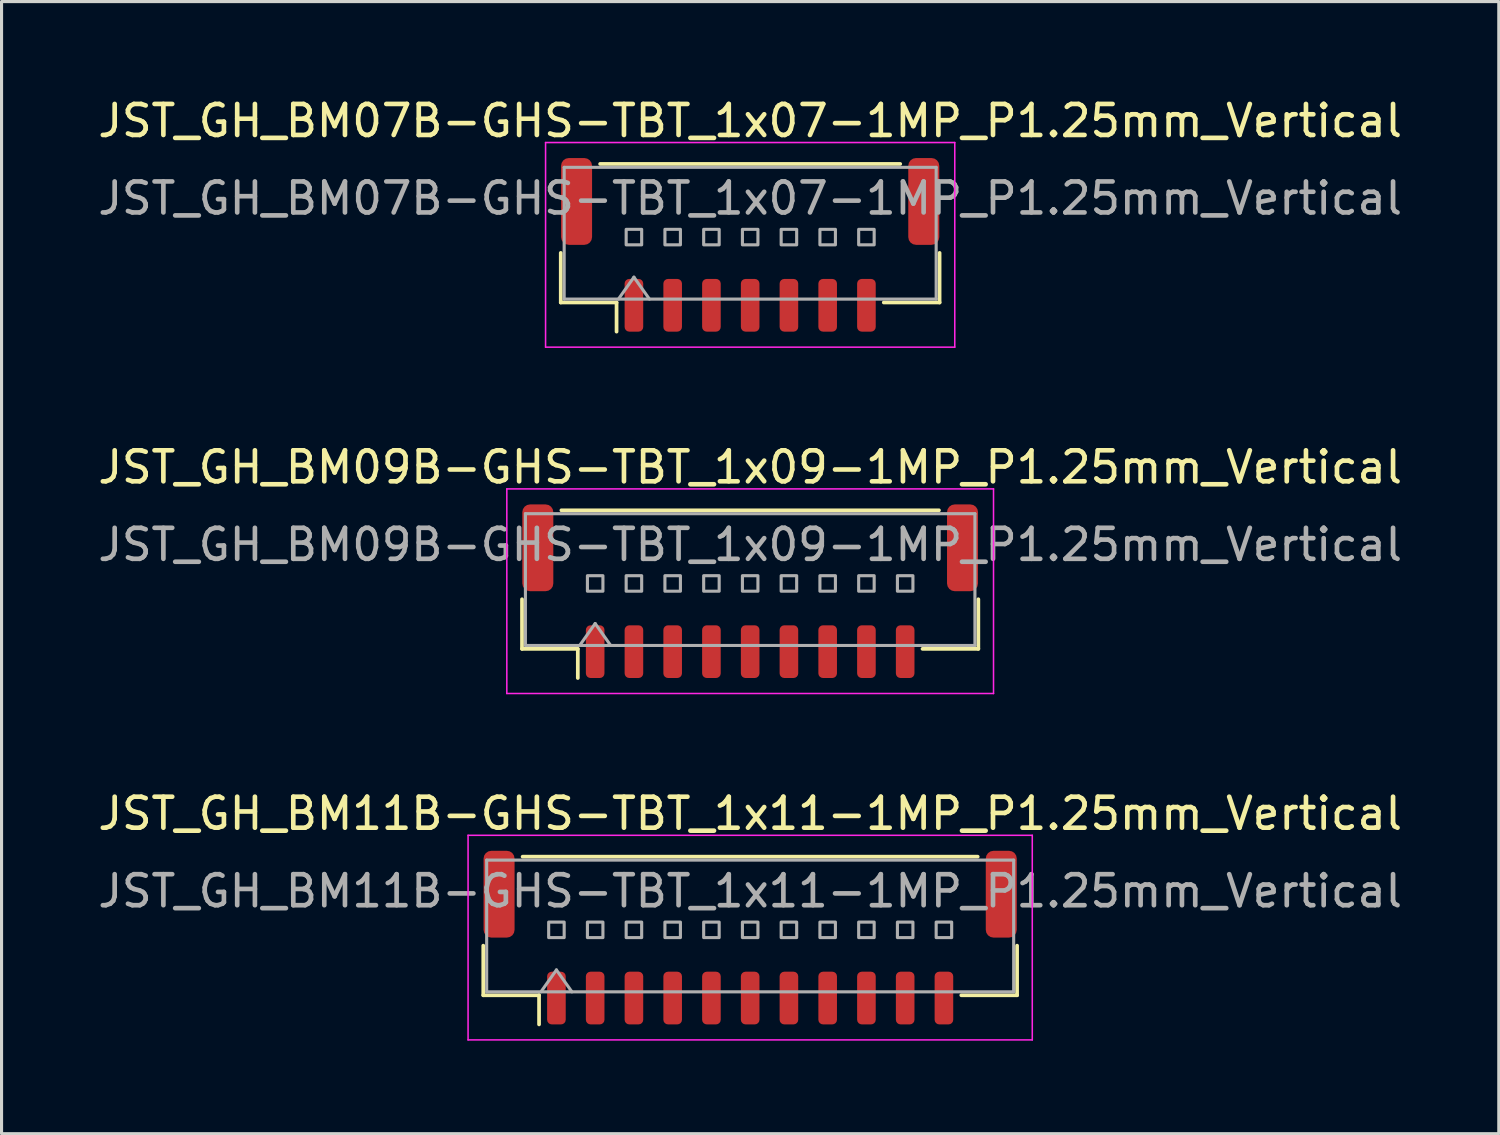
<source format=kicad_pcb>
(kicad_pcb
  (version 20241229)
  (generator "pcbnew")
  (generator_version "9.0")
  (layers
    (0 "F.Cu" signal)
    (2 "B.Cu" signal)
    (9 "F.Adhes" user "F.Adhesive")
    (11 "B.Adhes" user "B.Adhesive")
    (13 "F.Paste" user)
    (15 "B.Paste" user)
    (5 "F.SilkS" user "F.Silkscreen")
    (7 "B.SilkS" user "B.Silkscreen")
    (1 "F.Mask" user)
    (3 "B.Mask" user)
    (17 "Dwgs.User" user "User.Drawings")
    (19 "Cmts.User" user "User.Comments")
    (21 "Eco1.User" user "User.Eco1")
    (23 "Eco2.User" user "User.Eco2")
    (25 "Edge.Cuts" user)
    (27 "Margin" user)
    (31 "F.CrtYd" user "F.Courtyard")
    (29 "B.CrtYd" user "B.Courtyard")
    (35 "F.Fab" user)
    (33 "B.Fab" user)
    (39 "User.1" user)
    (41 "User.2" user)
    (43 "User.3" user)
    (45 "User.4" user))
  (footprint "JST_GH_BM07B-GHS-TBT_1x07-1MP_P1.25mm_Vertical"
    (layer "F.Cu")
    (at 21.149 4.848)
    (property "Reference" "JST_GH_BM07B-GHS-TBT_1x07-1MP_P1.25mm_Vertical" (at 0 -4 0) (layer "F.SilkS") (effects (font (size 1 1) (thickness 0.15))))
    (attr smd)
    (fp_line (start -6.11 0.26) (end -6.11 1.86) (stroke (width 0.12) (type solid)) (layer "F.SilkS"))
    (fp_line (start -6.11 1.86) (end -4.31 1.86) (stroke (width 0.12) (type solid)) (layer "F.SilkS"))
    (fp_line (start -4.84 -2.61) (end 4.84 -2.61) (stroke (width 0.12) (type solid)) (layer "F.SilkS"))
    (fp_line (start -4.31 1.86) (end -4.31 2.8) (stroke (width 0.12) (type solid)) (layer "F.SilkS"))
    (fp_line (start 6.11 0.26) (end 6.11 1.86) (stroke (width 0.12) (type solid)) (layer "F.SilkS"))
    (fp_line (start 6.11 1.86) (end 4.31 1.86) (stroke (width 0.12) (type solid)) (layer "F.SilkS"))
    (fp_line (start -6.6 -3.3) (end -6.6 3.3) (stroke (width 0.05) (type solid)) (layer "F.CrtYd"))
    (fp_line (start -6.6 3.3) (end 6.6 3.3) (stroke (width 0.05) (type solid)) (layer "F.CrtYd"))
    (fp_line (start 6.6 -3.3) (end -6.6 -3.3) (stroke (width 0.05) (type solid)) (layer "F.CrtYd"))
    (fp_line (start 6.6 3.3) (end 6.6 -3.3) (stroke (width 0.05) (type solid)) (layer "F.CrtYd"))
    (fp_line (start -6 -2.5) (end 6 -2.5) (stroke (width 0.1) (type solid)) (layer "F.Fab"))
    (fp_line (start -6 1.75) (end -6 -2.5) (stroke (width 0.1) (type solid)) (layer "F.Fab"))
    (fp_line (start -6 1.75) (end 6 1.75) (stroke (width 0.1) (type solid)) (layer "F.Fab"))
    (fp_line (start -4.25 1.75) (end -3.75 1.043) (stroke (width 0.1) (type solid)) (layer "F.Fab"))
    (fp_line (start -3.75 1.043) (end -3.25 1.75) (stroke (width 0.1) (type solid)) (layer "F.Fab"))
    (fp_line (start 6 1.75) (end 6 -2.5) (stroke (width 0.1) (type solid)) (layer "F.Fab"))
    (fp_rect (start -4 -0.5) (end -3.5 0) (stroke (width 0.1) (type solid)) (fill no) (layer "F.Fab"))
    (fp_rect (start -2.75 -0.5) (end -2.25 0) (stroke (width 0.1) (type solid)) (fill no) (layer "F.Fab"))
    (fp_rect (start -1.5 -0.5) (end -1 0) (stroke (width 0.1) (type solid)) (fill no) (layer "F.Fab"))
    (fp_rect (start -0.25 -0.5) (end 0.25 0) (stroke (width 0.1) (type solid)) (fill no) (layer "F.Fab"))
    (fp_rect (start 1 -0.5) (end 1.5 0) (stroke (width 0.1) (type solid)) (fill no) (layer "F.Fab"))
    (fp_rect (start 2.25 -0.5) (end 2.75 0) (stroke (width 0.1) (type solid)) (fill no) (layer "F.Fab"))
    (fp_rect (start 3.5 -0.5) (end 4 0) (stroke (width 0.1) (type solid)) (fill no) (layer "F.Fab"))
    (fp_text user "${REFERENCE}" (at 0 -1.5 0) (layer "F.Fab") (effects (font (size 1 1) (thickness 0.15))))
    (pad "1" smd roundrect (at -3.75 1.95) (size 0.6 1.7) (layers "F.Cu" "F.Mask" "F.Paste") (roundrect_rratio 0.25))
    (pad "2" smd roundrect (at -2.5 1.95) (size 0.6 1.7) (layers "F.Cu" "F.Mask" "F.Paste") (roundrect_rratio 0.25))
    (pad "3" smd roundrect (at -1.25 1.95) (size 0.6 1.7) (layers "F.Cu" "F.Mask" "F.Paste") (roundrect_rratio 0.25))
    (pad "4" smd roundrect (at 0 1.95) (size 0.6 1.7) (layers "F.Cu" "F.Mask" "F.Paste") (roundrect_rratio 0.25))
    (pad "5" smd roundrect (at 1.25 1.95) (size 0.6 1.7) (layers "F.Cu" "F.Mask" "F.Paste") (roundrect_rratio 0.25))
    (pad "6" smd roundrect (at 2.5 1.95) (size 0.6 1.7) (layers "F.Cu" "F.Mask" "F.Paste") (roundrect_rratio 0.25))
    (pad "7" smd roundrect (at 3.75 1.95) (size 0.6 1.7) (layers "F.Cu" "F.Mask" "F.Paste") (roundrect_rratio 0.25))
    (pad "MP" smd roundrect (at -5.6 -1.4) (size 1 2.8) (layers "F.Cu" "F.Mask" "F.Paste") (roundrect_rratio 0.25))
    (pad "MP" smd roundrect (at 5.6 -1.4) (size 1 2.8) (layers "F.Cu" "F.Mask" "F.Paste") (roundrect_rratio 0.25)))
  (footprint "JST_GH_BM09B-GHS-TBT_1x09-1MP_P1.25mm_Vertical"
    (layer "F.Cu")
    (at 21.149 16.021)
    (property "Reference" "JST_GH_BM09B-GHS-TBT_1x09-1MP_P1.25mm_Vertical" (at 0 -4 0) (layer "F.SilkS") (effects (font (size 1 1) (thickness 0.15))))
    (attr smd)
    (fp_line (start -7.36 0.26) (end -7.36 1.86) (stroke (width 0.12) (type solid)) (layer "F.SilkS"))
    (fp_line (start -7.36 1.86) (end -5.56 1.86) (stroke (width 0.12) (type solid)) (layer "F.SilkS"))
    (fp_line (start -6.09 -2.61) (end 6.09 -2.61) (stroke (width 0.12) (type solid)) (layer "F.SilkS"))
    (fp_line (start -5.56 1.86) (end -5.56 2.8) (stroke (width 0.12) (type solid)) (layer "F.SilkS"))
    (fp_line (start 7.36 0.26) (end 7.36 1.86) (stroke (width 0.12) (type solid)) (layer "F.SilkS"))
    (fp_line (start 7.36 1.86) (end 5.56 1.86) (stroke (width 0.12) (type solid)) (layer "F.SilkS"))
    (fp_line (start -7.85 -3.3) (end -7.85 3.3) (stroke (width 0.05) (type solid)) (layer "F.CrtYd"))
    (fp_line (start -7.85 3.3) (end 7.85 3.3) (stroke (width 0.05) (type solid)) (layer "F.CrtYd"))
    (fp_line (start 7.85 -3.3) (end -7.85 -3.3) (stroke (width 0.05) (type solid)) (layer "F.CrtYd"))
    (fp_line (start 7.85 3.3) (end 7.85 -3.3) (stroke (width 0.05) (type solid)) (layer "F.CrtYd"))
    (fp_line (start -7.25 -2.5) (end 7.25 -2.5) (stroke (width 0.1) (type solid)) (layer "F.Fab"))
    (fp_line (start -7.25 1.75) (end -7.25 -2.5) (stroke (width 0.1) (type solid)) (layer "F.Fab"))
    (fp_line (start -7.25 1.75) (end 7.25 1.75) (stroke (width 0.1) (type solid)) (layer "F.Fab"))
    (fp_line (start -5.5 1.75) (end -5 1.043) (stroke (width 0.1) (type solid)) (layer "F.Fab"))
    (fp_line (start -5 1.043) (end -4.5 1.75) (stroke (width 0.1) (type solid)) (layer "F.Fab"))
    (fp_line (start 7.25 1.75) (end 7.25 -2.5) (stroke (width 0.1) (type solid)) (layer "F.Fab"))
    (fp_rect (start -5.25 -0.5) (end -4.75 0) (stroke (width 0.1) (type solid)) (fill no) (layer "F.Fab"))
    (fp_rect (start -4 -0.5) (end -3.5 0) (stroke (width 0.1) (type solid)) (fill no) (layer "F.Fab"))
    (fp_rect (start -2.75 -0.5) (end -2.25 0) (stroke (width 0.1) (type solid)) (fill no) (layer "F.Fab"))
    (fp_rect (start -1.5 -0.5) (end -1 0) (stroke (width 0.1) (type solid)) (fill no) (layer "F.Fab"))
    (fp_rect (start -0.25 -0.5) (end 0.25 0) (stroke (width 0.1) (type solid)) (fill no) (layer "F.Fab"))
    (fp_rect (start 1 -0.5) (end 1.5 0) (stroke (width 0.1) (type solid)) (fill no) (layer "F.Fab"))
    (fp_rect (start 2.25 -0.5) (end 2.75 0) (stroke (width 0.1) (type solid)) (fill no) (layer "F.Fab"))
    (fp_rect (start 3.5 -0.5) (end 4 0) (stroke (width 0.1) (type solid)) (fill no) (layer "F.Fab"))
    (fp_rect (start 4.75 -0.5) (end 5.25 0) (stroke (width 0.1) (type solid)) (fill no) (layer "F.Fab"))
    (fp_text user "${REFERENCE}" (at 0 -1.5 0) (layer "F.Fab") (effects (font (size 1 1) (thickness 0.15))))
    (pad "1" smd roundrect (at -5 1.95) (size 0.6 1.7) (layers "F.Cu" "F.Mask" "F.Paste") (roundrect_rratio 0.25))
    (pad "2" smd roundrect (at -3.75 1.95) (size 0.6 1.7) (layers "F.Cu" "F.Mask" "F.Paste") (roundrect_rratio 0.25))
    (pad "3" smd roundrect (at -2.5 1.95) (size 0.6 1.7) (layers "F.Cu" "F.Mask" "F.Paste") (roundrect_rratio 0.25))
    (pad "4" smd roundrect (at -1.25 1.95) (size 0.6 1.7) (layers "F.Cu" "F.Mask" "F.Paste") (roundrect_rratio 0.25))
    (pad "5" smd roundrect (at 0 1.95) (size 0.6 1.7) (layers "F.Cu" "F.Mask" "F.Paste") (roundrect_rratio 0.25))
    (pad "6" smd roundrect (at 1.25 1.95) (size 0.6 1.7) (layers "F.Cu" "F.Mask" "F.Paste") (roundrect_rratio 0.25))
    (pad "7" smd roundrect (at 2.5 1.95) (size 0.6 1.7) (layers "F.Cu" "F.Mask" "F.Paste") (roundrect_rratio 0.25))
    (pad "8" smd roundrect (at 3.75 1.95) (size 0.6 1.7) (layers "F.Cu" "F.Mask" "F.Paste") (roundrect_rratio 0.25))
    (pad "9" smd roundrect (at 5 1.95) (size 0.6 1.7) (layers "F.Cu" "F.Mask" "F.Paste") (roundrect_rratio 0.25))
    (pad "MP" smd roundrect (at -6.85 -1.4) (size 1 2.8) (layers "F.Cu" "F.Mask" "F.Paste") (roundrect_rratio 0.25))
    (pad "MP" smd roundrect (at 6.85 -1.4) (size 1 2.8) (layers "F.Cu" "F.Mask" "F.Paste") (roundrect_rratio 0.25)))
  (footprint "JST_GH_BM11B-GHS-TBT_1x11-1MP_P1.25mm_Vertical"
    (layer "F.Cu")
    (at 21.149 27.195)
    (property "Reference" "JST_GH_BM11B-GHS-TBT_1x11-1MP_P1.25mm_Vertical" (at 0 -4 0) (layer "F.SilkS") (effects (font (size 1 1) (thickness 0.15))))
    (attr smd)
    (fp_line (start -8.61 0.26) (end -8.61 1.86) (stroke (width 0.12) (type solid)) (layer "F.SilkS"))
    (fp_line (start -8.61 1.86) (end -6.81 1.86) (stroke (width 0.12) (type solid)) (layer "F.SilkS"))
    (fp_line (start -7.34 -2.61) (end 7.34 -2.61) (stroke (width 0.12) (type solid)) (layer "F.SilkS"))
    (fp_line (start -6.81 1.86) (end -6.81 2.8) (stroke (width 0.12) (type solid)) (layer "F.SilkS"))
    (fp_line (start 8.61 0.26) (end 8.61 1.86) (stroke (width 0.12) (type solid)) (layer "F.SilkS"))
    (fp_line (start 8.61 1.86) (end 6.81 1.86) (stroke (width 0.12) (type solid)) (layer "F.SilkS"))
    (fp_line (start -9.1 -3.3) (end -9.1 3.3) (stroke (width 0.05) (type solid)) (layer "F.CrtYd"))
    (fp_line (start -9.1 3.3) (end 9.1 3.3) (stroke (width 0.05) (type solid)) (layer "F.CrtYd"))
    (fp_line (start 9.1 -3.3) (end -9.1 -3.3) (stroke (width 0.05) (type solid)) (layer "F.CrtYd"))
    (fp_line (start 9.1 3.3) (end 9.1 -3.3) (stroke (width 0.05) (type solid)) (layer "F.CrtYd"))
    (fp_line (start -8.5 -2.5) (end 8.5 -2.5) (stroke (width 0.1) (type solid)) (layer "F.Fab"))
    (fp_line (start -8.5 1.75) (end -8.5 -2.5) (stroke (width 0.1) (type solid)) (layer "F.Fab"))
    (fp_line (start -8.5 1.75) (end 8.5 1.75) (stroke (width 0.1) (type solid)) (layer "F.Fab"))
    (fp_line (start -6.75 1.75) (end -6.25 1.043) (stroke (width 0.1) (type solid)) (layer "F.Fab"))
    (fp_line (start -6.25 1.043) (end -5.75 1.75) (stroke (width 0.1) (type solid)) (layer "F.Fab"))
    (fp_line (start 8.5 1.75) (end 8.5 -2.5) (stroke (width 0.1) (type solid)) (layer "F.Fab"))
    (fp_rect (start -6.5 -0.5) (end -6 0) (stroke (width 0.1) (type solid)) (fill no) (layer "F.Fab"))
    (fp_rect (start -5.25 -0.5) (end -4.75 0) (stroke (width 0.1) (type solid)) (fill no) (layer "F.Fab"))
    (fp_rect (start -4 -0.5) (end -3.5 0) (stroke (width 0.1) (type solid)) (fill no) (layer "F.Fab"))
    (fp_rect (start -2.75 -0.5) (end -2.25 0) (stroke (width 0.1) (type solid)) (fill no) (layer "F.Fab"))
    (fp_rect (start -1.5 -0.5) (end -1 0) (stroke (width 0.1) (type solid)) (fill no) (layer "F.Fab"))
    (fp_rect (start -0.25 -0.5) (end 0.25 0) (stroke (width 0.1) (type solid)) (fill no) (layer "F.Fab"))
    (fp_rect (start 1 -0.5) (end 1.5 0) (stroke (width 0.1) (type solid)) (fill no) (layer "F.Fab"))
    (fp_rect (start 2.25 -0.5) (end 2.75 0) (stroke (width 0.1) (type solid)) (fill no) (layer "F.Fab"))
    (fp_rect (start 3.5 -0.5) (end 4 0) (stroke (width 0.1) (type solid)) (fill no) (layer "F.Fab"))
    (fp_rect (start 4.75 -0.5) (end 5.25 0) (stroke (width 0.1) (type solid)) (fill no) (layer "F.Fab"))
    (fp_rect (start 6 -0.5) (end 6.5 0) (stroke (width 0.1) (type solid)) (fill no) (layer "F.Fab"))
    (fp_text user "${REFERENCE}" (at 0 -1.5 0) (layer "F.Fab") (effects (font (size 1 1) (thickness 0.15))))
    (pad "1" smd roundrect (at -6.25 1.95) (size 0.6 1.7) (layers "F.Cu" "F.Mask" "F.Paste") (roundrect_rratio 0.25))
    (pad "2" smd roundrect (at -5 1.95) (size 0.6 1.7) (layers "F.Cu" "F.Mask" "F.Paste") (roundrect_rratio 0.25))
    (pad "3" smd roundrect (at -3.75 1.95) (size 0.6 1.7) (layers "F.Cu" "F.Mask" "F.Paste") (roundrect_rratio 0.25))
    (pad "4" smd roundrect (at -2.5 1.95) (size 0.6 1.7) (layers "F.Cu" "F.Mask" "F.Paste") (roundrect_rratio 0.25))
    (pad "5" smd roundrect (at -1.25 1.95) (size 0.6 1.7) (layers "F.Cu" "F.Mask" "F.Paste") (roundrect_rratio 0.25))
    (pad "6" smd roundrect (at 0 1.95) (size 0.6 1.7) (layers "F.Cu" "F.Mask" "F.Paste") (roundrect_rratio 0.25))
    (pad "7" smd roundrect (at 1.25 1.95) (size 0.6 1.7) (layers "F.Cu" "F.Mask" "F.Paste") (roundrect_rratio 0.25))
    (pad "8" smd roundrect (at 2.5 1.95) (size 0.6 1.7) (layers "F.Cu" "F.Mask" "F.Paste") (roundrect_rratio 0.25))
    (pad "9" smd roundrect (at 3.75 1.95) (size 0.6 1.7) (layers "F.Cu" "F.Mask" "F.Paste") (roundrect_rratio 0.25))
    (pad "10" smd roundrect (at 5 1.95) (size 0.6 1.7) (layers "F.Cu" "F.Mask" "F.Paste") (roundrect_rratio 0.25))
    (pad "11" smd roundrect (at 6.25 1.95) (size 0.6 1.7) (layers "F.Cu" "F.Mask" "F.Paste") (roundrect_rratio 0.25))
    (pad "MP" smd roundrect (at -8.1 -1.4) (size 1 2.8) (layers "F.Cu" "F.Mask" "F.Paste") (roundrect_rratio 0.25))
    (pad "MP" smd roundrect (at 8.1 -1.4) (size 1 2.8) (layers "F.Cu" "F.Mask" "F.Paste") (roundrect_rratio 0.25)))
  (gr_rect
    (start -3 -3)
    (end 45.298 33.52)
    (stroke (width 0.1) (type default))
    (fill no)
    (layer "Edge.Cuts")))
</source>
